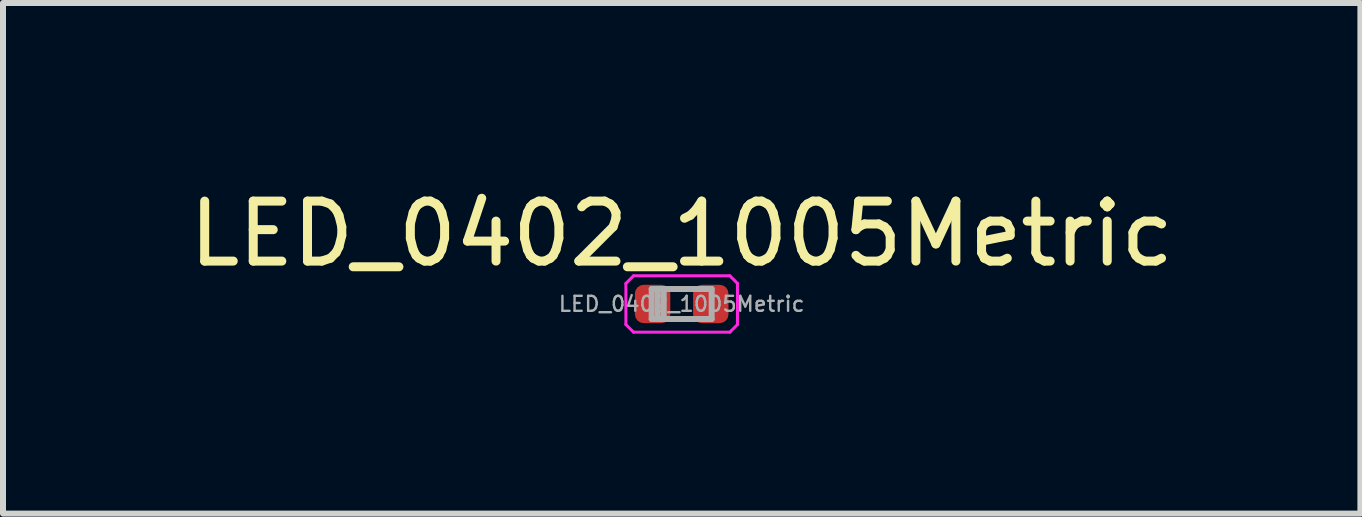
<source format=kicad_pcb>
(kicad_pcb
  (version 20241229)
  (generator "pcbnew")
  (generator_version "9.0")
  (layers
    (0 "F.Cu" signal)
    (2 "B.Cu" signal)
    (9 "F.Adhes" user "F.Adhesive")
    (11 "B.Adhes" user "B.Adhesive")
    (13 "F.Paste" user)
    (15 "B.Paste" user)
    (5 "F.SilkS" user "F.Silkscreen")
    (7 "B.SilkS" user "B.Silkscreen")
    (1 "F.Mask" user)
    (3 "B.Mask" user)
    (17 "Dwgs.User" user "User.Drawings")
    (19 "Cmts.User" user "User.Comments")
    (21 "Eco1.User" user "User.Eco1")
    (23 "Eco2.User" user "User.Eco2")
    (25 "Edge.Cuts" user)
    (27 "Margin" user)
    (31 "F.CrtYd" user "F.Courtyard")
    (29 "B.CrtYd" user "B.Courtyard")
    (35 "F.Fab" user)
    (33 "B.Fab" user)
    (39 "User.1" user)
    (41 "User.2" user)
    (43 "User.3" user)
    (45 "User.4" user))
  (footprint "LED_0402_1005Metric"
    (layer "F.Cu")
    (at 8.315 2.018)
    (property "Reference" "LED_0402_1005Metric" (at 0 -1.17 0) (layer "F.SilkS") (effects (font (size 1 1) (thickness 0.15))))
    (attr smd)
    (fp_line (start -0.93 -0.343) (end -0.803 -0.47) (stroke (width 0.05) (type solid)) (layer "F.CrtYd"))
    (fp_line (start -0.93 0.343) (end -0.93 -0.343) (stroke (width 0.05) (type solid)) (layer "F.CrtYd"))
    (fp_line (start -0.93 0.343) (end -0.803 0.47) (stroke (width 0.05) (type solid)) (layer "F.CrtYd"))
    (fp_line (start -0.803 -0.47) (end 0.803 -0.47) (stroke (width 0.05) (type solid)) (layer "F.CrtYd"))
    (fp_line (start 0.803 0.47) (end -0.803 0.47) (stroke (width 0.05) (type solid)) (layer "F.CrtYd"))
    (fp_line (start 0.803 0.47) (end 0.93 0.343) (stroke (width 0.05) (type solid)) (layer "F.CrtYd"))
    (fp_line (start 0.93 -0.343) (end 0.803 -0.47) (stroke (width 0.05) (type solid)) (layer "F.CrtYd"))
    (fp_line (start 0.93 -0.343) (end 0.93 0.343) (stroke (width 0.05) (type solid)) (layer "F.CrtYd"))
    (fp_line (start -0.5 -0.25) (end 0.5 -0.25) (stroke (width 0.1) (type solid)) (layer "F.Fab"))
    (fp_line (start -0.5 0.25) (end -0.5 -0.25) (stroke (width 0.1) (type solid)) (layer "F.Fab"))
    (fp_line (start -0.4 0.25) (end -0.4 -0.25) (stroke (width 0.1) (type solid)) (layer "F.Fab"))
    (fp_line (start -0.3 0.25) (end -0.3 -0.25) (stroke (width 0.1) (type solid)) (layer "F.Fab"))
    (fp_line (start 0.5 -0.25) (end 0.5 0.25) (stroke (width 0.1) (type solid)) (layer "F.Fab"))
    (fp_line (start 0.5 0.25) (end -0.5 0.25) (stroke (width 0.1) (type solid)) (layer "F.Fab"))
    (fp_text user "${REFERENCE}" (at 0 0 0) (layer "F.Fab") (effects (font (size 0.25 0.25) (thickness 0.04))))
    (pad "1" smd roundrect (at -0.485 0) (size 0.59 0.64) (layers "F.Cu" "F.Mask" "F.Paste") (roundrect_rratio 0.25))
    (pad "2" smd roundrect (at 0.485 0) (size 0.59 0.64) (layers "F.Cu" "F.Mask" "F.Paste") (roundrect_rratio 0.25)))
  (gr_rect
    (start -3 -3)
    (end 19.631 5.513)
    (stroke (width 0.1) (type default))
    (fill no)
    (layer "Edge.Cuts")))
</source>
